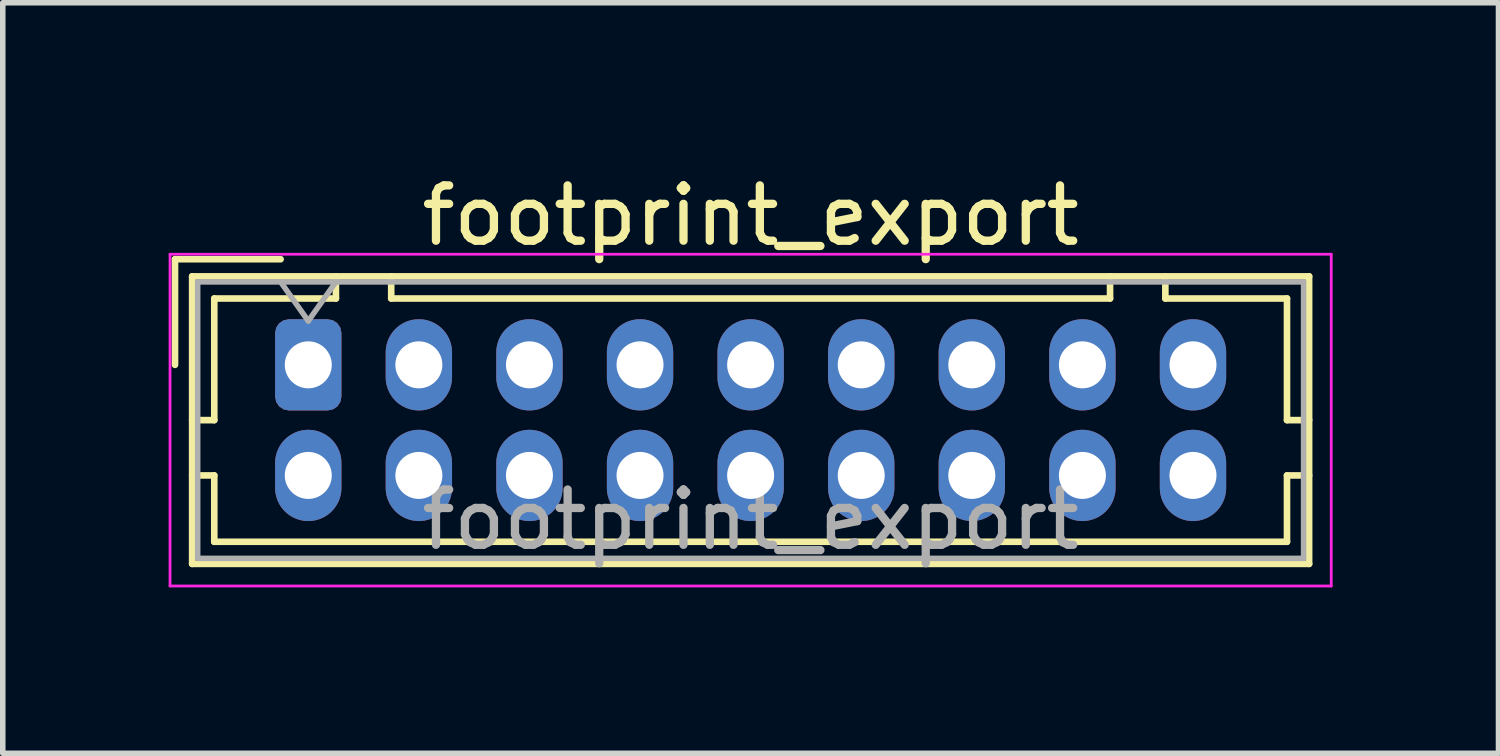
<source format=kicad_pcb>
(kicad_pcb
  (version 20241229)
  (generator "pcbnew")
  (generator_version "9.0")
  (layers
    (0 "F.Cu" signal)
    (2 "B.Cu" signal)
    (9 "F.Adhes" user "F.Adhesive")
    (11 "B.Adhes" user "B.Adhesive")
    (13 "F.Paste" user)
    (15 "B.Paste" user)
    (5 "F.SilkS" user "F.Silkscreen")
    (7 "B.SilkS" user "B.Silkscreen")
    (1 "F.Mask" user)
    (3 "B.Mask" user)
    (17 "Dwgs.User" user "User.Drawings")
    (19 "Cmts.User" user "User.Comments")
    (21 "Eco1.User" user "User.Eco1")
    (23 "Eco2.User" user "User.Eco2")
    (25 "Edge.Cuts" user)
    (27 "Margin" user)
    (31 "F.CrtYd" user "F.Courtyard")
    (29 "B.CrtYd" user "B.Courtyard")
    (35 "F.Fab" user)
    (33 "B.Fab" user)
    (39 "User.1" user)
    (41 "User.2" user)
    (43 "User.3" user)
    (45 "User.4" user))
  (footprint "footprint_export"
    (layer "F.Cu")
    (at 2.525 3.548)
    (property "Reference" "footprint_export" (at 8 -2.7 0) (layer "F.SilkS") (effects (font (size 1 1) (thickness 0.15))))
    (attr through_hole)
    (fp_line (start -2.41 -1.91) (end -0.5 -1.91) (stroke (width 0.12) (type solid)) (layer "F.SilkS"))
    (fp_line (start -2.41 0) (end -2.41 -1.91) (stroke (width 0.12) (type solid)) (layer "F.SilkS"))
    (fp_line (start -2.1 -1.6) (end -2.1 3.6) (stroke (width 0.12) (type solid)) (layer "F.SilkS"))
    (fp_line (start -2.1 1) (end -1.7 1) (stroke (width 0.12) (type solid)) (layer "F.SilkS"))
    (fp_line (start -2.1 2) (end -1.7 2) (stroke (width 0.12) (type solid)) (layer "F.SilkS"))
    (fp_line (start -2.1 3.6) (end 18.1 3.6) (stroke (width 0.12) (type solid)) (layer "F.SilkS"))
    (fp_line (start -1.7 -1.2) (end 0.5 -1.2) (stroke (width 0.12) (type solid)) (layer "F.SilkS"))
    (fp_line (start -1.7 1) (end -1.7 -1.2) (stroke (width 0.12) (type solid)) (layer "F.SilkS"))
    (fp_line (start -1.7 2) (end -1.7 3.2) (stroke (width 0.12) (type solid)) (layer "F.SilkS"))
    (fp_line (start -1.7 3.2) (end 17.7 3.2) (stroke (width 0.12) (type solid)) (layer "F.SilkS"))
    (fp_line (start 0.5 -1.2) (end 0.5 -1.6) (stroke (width 0.12) (type solid)) (layer "F.SilkS"))
    (fp_line (start 1.5 -1.6) (end 1.5 -1.2) (stroke (width 0.12) (type solid)) (layer "F.SilkS"))
    (fp_line (start 1.5 -1.2) (end 14.5 -1.2) (stroke (width 0.12) (type solid)) (layer "F.SilkS"))
    (fp_line (start 14.5 -1.2) (end 14.5 -1.6) (stroke (width 0.12) (type solid)) (layer "F.SilkS"))
    (fp_line (start 15.5 -1.2) (end 15.5 -1.6) (stroke (width 0.12) (type solid)) (layer "F.SilkS"))
    (fp_line (start 17.7 -1.2) (end 15.5 -1.2) (stroke (width 0.12) (type solid)) (layer "F.SilkS"))
    (fp_line (start 17.7 1) (end 17.7 -1.2) (stroke (width 0.12) (type solid)) (layer "F.SilkS"))
    (fp_line (start 17.7 2) (end 18.1 2) (stroke (width 0.12) (type solid)) (layer "F.SilkS"))
    (fp_line (start 17.7 3.2) (end 17.7 2) (stroke (width 0.12) (type solid)) (layer "F.SilkS"))
    (fp_line (start 18.1 -1.6) (end -2.1 -1.6) (stroke (width 0.12) (type solid)) (layer "F.SilkS"))
    (fp_line (start 18.1 1) (end 17.7 1) (stroke (width 0.12) (type solid)) (layer "F.SilkS"))
    (fp_line (start 18.1 3.6) (end 18.1 -1.6) (stroke (width 0.12) (type solid)) (layer "F.SilkS"))
    (fp_line (start -2.5 -2) (end -2.5 4) (stroke (width 0.05) (type solid)) (layer "F.CrtYd"))
    (fp_line (start -2.5 4) (end 18.5 4) (stroke (width 0.05) (type solid)) (layer "F.CrtYd"))
    (fp_line (start 18.5 -2) (end -2.5 -2) (stroke (width 0.05) (type solid)) (layer "F.CrtYd"))
    (fp_line (start 18.5 4) (end 18.5 -2) (stroke (width 0.05) (type solid)) (layer "F.CrtYd"))
    (fp_line (start -2 -1.5) (end -2 3.5) (stroke (width 0.1) (type solid)) (layer "F.Fab"))
    (fp_line (start -2 3.5) (end 18 3.5) (stroke (width 0.1) (type solid)) (layer "F.Fab"))
    (fp_line (start -0.5 -1.5) (end 0 -0.793) (stroke (width 0.1) (type solid)) (layer "F.Fab"))
    (fp_line (start 0 -0.793) (end 0.5 -1.5) (stroke (width 0.1) (type solid)) (layer "F.Fab"))
    (fp_line (start 18 -1.5) (end -2 -1.5) (stroke (width 0.1) (type solid)) (layer "F.Fab"))
    (fp_line (start 18 3.5) (end 18 -1.5) (stroke (width 0.1) (type solid)) (layer "F.Fab"))
    (fp_text user "${REFERENCE}" (at 8 2.8 0) (layer "F.Fab") (effects (font (size 1 1) (thickness 0.15))))
    (pad "1" thru_hole roundrect (at 0 0) (size 1.2 1.65) (drill 0.85) (layers "*.Cu" "*.Mask") (roundrect_rratio 0.208))
    (pad "2" thru_hole oval (at 0 2) (size 1.2 1.65) (drill 0.85) (layers "*.Cu" "*.Mask"))
    (pad "3" thru_hole oval (at 2 0) (size 1.2 1.65) (drill 0.85) (layers "*.Cu" "*.Mask"))
    (pad "4" thru_hole oval (at 2 2) (size 1.2 1.65) (drill 0.85) (layers "*.Cu" "*.Mask"))
    (pad "5" thru_hole oval (at 4 0) (size 1.2 1.65) (drill 0.85) (layers "*.Cu" "*.Mask"))
    (pad "6" thru_hole oval (at 4 2) (size 1.2 1.65) (drill 0.85) (layers "*.Cu" "*.Mask"))
    (pad "7" thru_hole oval (at 6 0) (size 1.2 1.65) (drill 0.85) (layers "*.Cu" "*.Mask"))
    (pad "8" thru_hole oval (at 6 2) (size 1.2 1.65) (drill 0.85) (layers "*.Cu" "*.Mask"))
    (pad "9" thru_hole oval (at 8 0) (size 1.2 1.65) (drill 0.85) (layers "*.Cu" "*.Mask"))
    (pad "10" thru_hole oval (at 8 2) (size 1.2 1.65) (drill 0.85) (layers "*.Cu" "*.Mask"))
    (pad "11" thru_hole oval (at 10 0) (size 1.2 1.65) (drill 0.85) (layers "*.Cu" "*.Mask"))
    (pad "12" thru_hole oval (at 10 2) (size 1.2 1.65) (drill 0.85) (layers "*.Cu" "*.Mask"))
    (pad "13" thru_hole oval (at 12 0) (size 1.2 1.65) (drill 0.85) (layers "*.Cu" "*.Mask"))
    (pad "14" thru_hole oval (at 12 2) (size 1.2 1.65) (drill 0.85) (layers "*.Cu" "*.Mask"))
    (pad "15" thru_hole oval (at 14 0) (size 1.2 1.65) (drill 0.85) (layers "*.Cu" "*.Mask"))
    (pad "16" thru_hole oval (at 14 2) (size 1.2 1.65) (drill 0.85) (layers "*.Cu" "*.Mask"))
    (pad "17" thru_hole oval (at 16 0) (size 1.2 1.65) (drill 0.85) (layers "*.Cu" "*.Mask"))
    (pad "18" thru_hole oval (at 16 2) (size 1.2 1.65) (drill 0.85) (layers "*.Cu" "*.Mask")))
  (gr_rect
    (start -3 -3)
    (end 24.05 10.573)
    (stroke (width 0.1) (type default))
    (fill no)
    (layer "Edge.Cuts")))
</source>
